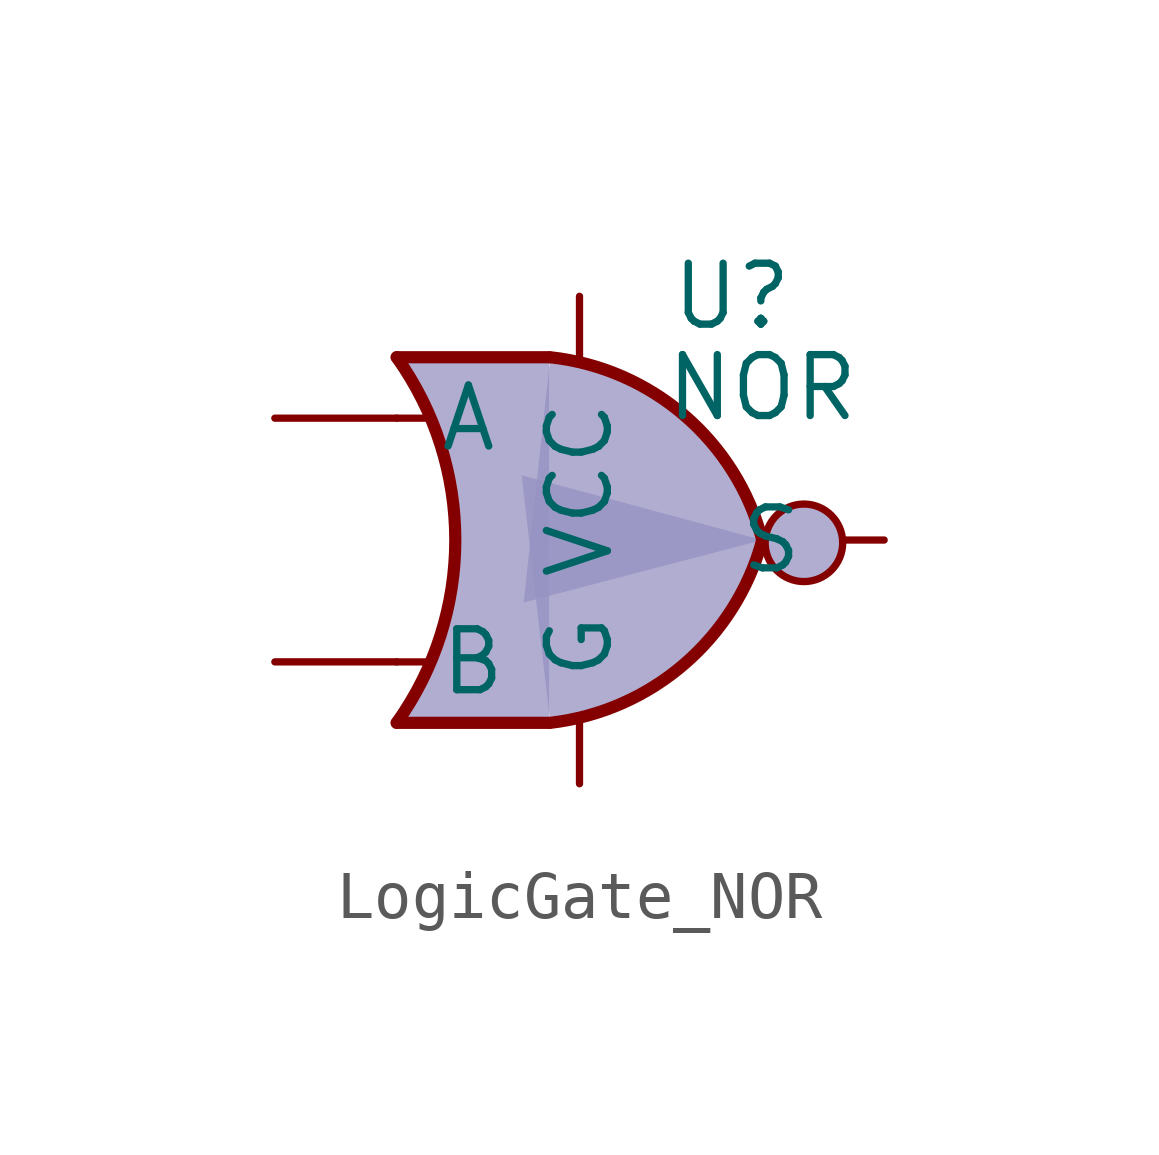
<source format=kicad_sym>
(kicad_symbol_lib
  (version 20220914)
  (generator kicad_symbol_editor)
  (symbol "LogicGate_NOR"
    (pin_numbers hide)
    (pin_names
      (offset 0.85))
    (property "Reference" "U"
      (at 3.175 5.08 0)
      (effects (font (size 1.27 1.27))))
    (property "Value" "NOR"
      (at 3.81 3.175 0)
      (effects (font (size 1.27 1.27))))
    (symbol "LogicGate_NOR_1_0"
      (arc (start -3.81 -3.81) (mid -2.589 0) (end -3.81 3.81) (stroke (width 0.254) (type default)) (fill (type none)))
      (arc (start -0.6096 -3.81) (mid 2.1842 -2.5851) (end 3.81 0) (stroke (width 0.254) (type default)) (fill (type color) (color 149 146 194 0.7490196078)))
      (polyline (pts (xy -3.81 -3.81) (xy -0.635 -3.81)) (stroke (width 0.254) (type default)) (fill (type background)))
      (polyline (pts (xy -3.81 3.81) (xy -0.635 3.81)) (stroke (width 0.254) (type default)) (fill (type background)))
      (polyline (pts (xy -0.635 3.81) (xy -3.81 3.81) (xy -3.81 3.81) (xy -3.556 3.404) (xy -3.023 2.261) (xy -2.692 1.041) (xy -2.616 -0.254) (xy -2.769 -1.499) (xy -3.175 -2.718) (xy -3.81 -3.81) (xy -3.81 -3.81) (xy -0.635 -3.81)) (stroke (width -0.0001) (type default)) (fill (type color) (color 149 146 194 0.749)))
      (arc (start 3.81 0) (mid 2.1915 2.5936) (end -0.6096 3.81) (stroke (width 0.254) (type default)) (fill (type color) (color 149 146 194 0.7490196078)))
      (pin input line (at 0 5.08 270) (length 1.27) (name "VCC" (effects (font (size 1.27 1.27)))) (number "1" (effects (font (size 1.27 1.27)))))
      (pin input line (at 0 -5.08 90) (length 1.27) (name "G" (effects (font (size 1.27 1.27)))) (number "2" (effects (font (size 1.27 1.27)))))
      (pin input line (at -6.35 2.54 0) (length 2.54) (name "A" (effects (font (size 1.27 1.27)))) (number "3" (effects (font (size 1.27 1.27)))))
      (pin input line (at -6.35 -2.54 0) (length 2.54) (name "B" (effects (font (size 1.27 1.27)))) (number "4" (effects (font (size 1.27 1.27)))))
      (pin output line (at 6.35 0 180) (length 0.8) (name "S" (effects (font (size 1.27 1.27)))) (number "5" (effects (font (size 1.27 1.27))))))
    (symbol "LogicGate_NOR_1_1"
      (polyline (pts (xy -3.81 -2.54) (xy -3.175 -2.54)) (stroke (width 0.152) (type default)) (fill (type none)))
      (polyline (pts (xy -3.81 2.54) (xy -3.175 2.54)) (stroke (width 0.152) (type default)) (fill (type none)))
      (circle (center 4.678 -0.058) (radius 0.808) (stroke (width 0) (type default)) (fill (type color) (color 149 146 194 0.749))))))
</source>
